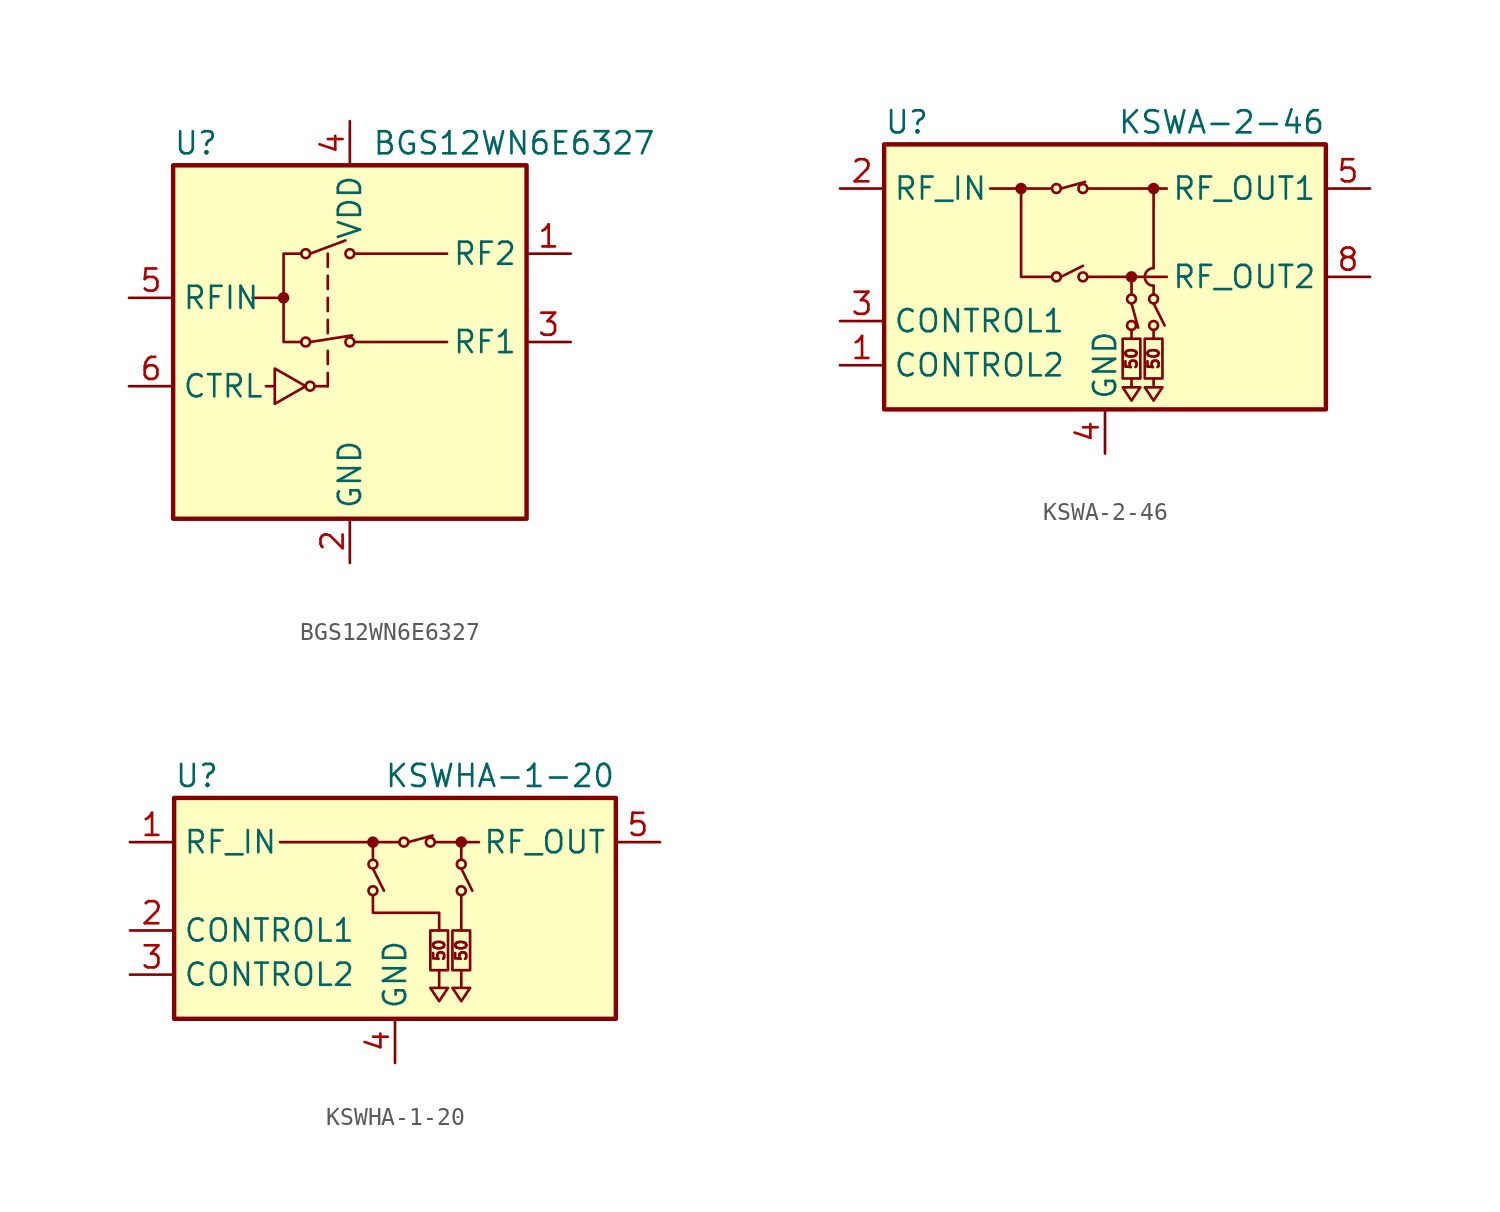
<source format=kicad_sym>
(kicad_symbol_lib
  (version 20231120)
  (generator "kicad_symbol_editor")
  (generator_version "8.0")
  (symbol "BGS12WN6E6327"
    (property "Reference" "U"
      (at -10.16 11.43 0)
      (effects (font (size 1.27 1.27)) (justify left)))
    (property "Value" "BGS12WN6E6327"
      (at 1.27 11.43 0)
      (effects (font (size 1.27 1.27)) (justify left)))
    (symbol "BGS12WN6E6327_0_0"
      (rectangle (start -10.16 10.16) (end 10.16 -10.16) (stroke (width 0.254) (type default)) (fill (type background)))
      (circle (center -3.81 2.54) (radius 0.254) (stroke (width 0) (type default)) (fill (type outline)))
      (circle (center -2.286 -2.54) (radius 0.254) (stroke (width 0) (type default)) (fill (type none)))
      (polyline (pts (xy -4.318 -2.54) (xy -4.826 -2.54)) (stroke (width 0) (type default)) (fill (type none)))
      (polyline (pts (xy -3.81 2.54) (xy -5.588 2.54)) (stroke (width 0) (type default)) (fill (type none)))
      (polyline (pts (xy -1.27 -2.54) (xy -2.032 -2.54)) (stroke (width 0) (type default)) (fill (type none)))
      (polyline (pts (xy -1.27 -2.54) (xy -1.27 -1.778)) (stroke (width 0) (type default)) (fill (type none)))
      (polyline (pts (xy -1.27 -1.27) (xy -1.27 -0.508)) (stroke (width 0) (type default)) (fill (type none)))
      (polyline (pts (xy -1.27 1.27) (xy -1.27 0.508)) (stroke (width 0) (type default)) (fill (type none)))
      (polyline (pts (xy -1.27 2.54) (xy -1.27 1.778)) (stroke (width 0) (type default)) (fill (type none)))
      (polyline (pts (xy -1.27 3.81) (xy -1.27 3.048)) (stroke (width 0) (type default)) (fill (type none)))
      (polyline (pts (xy -1.27 5.08) (xy -1.27 4.318)) (stroke (width 0) (type default)) (fill (type none)))
      (polyline (pts (xy 0.254 0) (xy 5.588 0)) (stroke (width 0) (type default)) (fill (type none)))
      (polyline (pts (xy 0.254 5.08) (xy 5.588 5.08)) (stroke (width 0) (type default)) (fill (type none)))
      (polyline (pts (xy -4.318 -1.524) (xy -4.318 -3.556) (xy -2.54 -2.54) (xy -4.318 -1.524)) (stroke (width 0) (type default)) (fill (type none)))
      (polyline (pts (xy -2.794 0) (xy -3.81 0) (xy -3.81 5.08) (xy -2.794 5.08)) (stroke (width 0) (type default)) (fill (type none))))
    (symbol "BGS12WN6E6327_0_1"
      (circle (center -2.54 0) (radius 0.254) (stroke (width 0) (type default)) (fill (type none)))
      (circle (center -2.54 5.08) (radius 0.254) (stroke (width 0) (type default)) (fill (type none)))
      (polyline (pts (xy -2.286 0) (xy 0.127 0.381)) (stroke (width 0) (type default)) (fill (type none)))
      (polyline (pts (xy -2.286 5.08) (xy -0.254 5.842)) (stroke (width 0) (type default)) (fill (type none)))
      (circle (center 0 0) (radius 0.254) (stroke (width 0) (type default)) (fill (type none)))
      (circle (center 0 5.08) (radius 0.254) (stroke (width 0) (type default)) (fill (type none))))
    (symbol "BGS12WN6E6327_1_1"
      (pin passive line (at 12.7 5.08 180) (length 2.54) (name "RF2" (effects (font (size 1.27 1.27)))) (number "1" (effects (font (size 1.27 1.27)))))
      (pin power_in line (at 0 -12.7 90) (length 2.54) (name "GND" (effects (font (size 1.27 1.27)))) (number "2" (effects (font (size 1.27 1.27)))))
      (pin passive line (at 12.7 0 180) (length 2.54) (name "RF1" (effects (font (size 1.27 1.27)))) (number "3" (effects (font (size 1.27 1.27)))))
      (pin power_in line (at 0 12.7 270) (length 2.54) (name "VDD" (effects (font (size 1.27 1.27)))) (number "4" (effects (font (size 1.27 1.27)))))
      (pin passive line (at -12.7 2.54 0) (length 2.54) (name "RFIN" (effects (font (size 1.27 1.27)))) (number "5" (effects (font (size 1.27 1.27)))))
      (pin input line (at -12.7 -2.54 0) (length 2.54) (name "CTRL" (effects (font (size 1.27 1.27)))) (number "6" (effects (font (size 1.27 1.27)))))))
  (symbol "KSWA-2-46"
    (property "Reference" "U"
      (at -12.7 8.89 0)
      (effects (font (size 1.27 1.27)) (justify left)))
    (property "Value" "KSWA-2-46"
      (at 12.7 8.89 0)
      (effects (font (size 1.27 1.27)) (justify right)))
    (symbol "KSWA-2-46_0_0"
      (text "50" (at 1.524 -4.699 900) (effects (font (size 0.635 0.635))))
      (text "50" (at 2.794 -4.699 900) (effects (font (size 0.635 0.635)))))
    (symbol "KSWA-2-46_0_1"
      (rectangle (start -12.7 7.62) (end 12.7 -7.62) (stroke (width 0.254) (type default)) (fill (type background)))
      (circle (center -4.826 5.08) (radius 0.254) (stroke (width 0) (type default)) (fill (type outline)))
      (circle (center -2.794 0) (radius 0.254) (stroke (width 0) (type default)) (fill (type none)))
      (circle (center -2.794 5.08) (radius 0.254) (stroke (width 0) (type default)) (fill (type none)))
      (circle (center -1.27 0) (radius 0.254) (stroke (width 0) (type default)) (fill (type none)))
      (circle (center -1.27 5.08) (radius 0.254) (stroke (width 0) (type default)) (fill (type none)))
      (polyline (pts (xy -3.048 5.08) (xy -6.604 5.08)) (stroke (width 0) (type default)) (fill (type none)))
      (polyline (pts (xy -2.54 0) (xy -1.27 0.635)) (stroke (width 0) (type default)) (fill (type none)))
      (polyline (pts (xy -2.54 5.08) (xy -1.143 5.461)) (stroke (width 0) (type default)) (fill (type none)))
      (polyline (pts (xy -1.016 0) (xy 3.556 0)) (stroke (width 0) (type default)) (fill (type none)))
      (polyline (pts (xy -1.016 5.08) (xy 3.556 5.08)) (stroke (width 0) (type default)) (fill (type none)))
      (polyline (pts (xy 1.524 -3.048) (xy 1.524 -3.556)) (stroke (width 0) (type default)) (fill (type none)))
      (polyline (pts (xy 1.524 -1.524) (xy 1.905 -2.921)) (stroke (width 0) (type default)) (fill (type none)))
      (polyline (pts (xy 1.524 -1.016) (xy 1.524 0)) (stroke (width 0) (type default)) (fill (type none)))
      (polyline (pts (xy 2.794 -3.048) (xy 2.794 -3.556)) (stroke (width 0) (type default)) (fill (type none)))
      (polyline (pts (xy 2.794 -1.524) (xy 3.429 -2.794)) (stroke (width 0) (type default)) (fill (type none)))
      (polyline (pts (xy 2.794 -0.508) (xy 2.794 -1.016)) (stroke (width 0) (type default)) (fill (type none)))
      (polyline (pts (xy 2.794 5.08) (xy 2.794 0.508)) (stroke (width 0) (type default)) (fill (type none)))
      (polyline (pts (xy -4.826 5.08) (xy -4.826 0) (xy -3.048 0)) (stroke (width 0) (type default)) (fill (type none)))
      (polyline (pts (xy 1.524 -5.842) (xy 1.524 -6.35) (xy 1.016 -6.35) (xy 1.524 -7.112) (xy 2.032 -6.35) (xy 1.524 -6.35)) (stroke (width 0) (type default)) (fill (type none)))
      (polyline (pts (xy 2.794 -5.842) (xy 2.794 -6.35) (xy 2.286 -6.35) (xy 2.794 -7.112) (xy 3.302 -6.35) (xy 2.794 -6.35)) (stroke (width 0) (type default)) (fill (type none)))
      (rectangle (start 1.016 -3.556) (end 2.032 -5.842) (stroke (width 0) (type default)) (fill (type none)))
      (circle (center 1.524 -2.794) (radius 0.254) (stroke (width 0) (type default)) (fill (type none)))
      (circle (center 1.524 -1.27) (radius 0.254) (stroke (width 0) (type default)) (fill (type none)))
      (circle (center 1.524 0) (radius 0.254) (stroke (width 0) (type default)) (fill (type outline)))
      (rectangle (start 2.286 -3.556) (end 3.302 -5.842) (stroke (width 0) (type default)) (fill (type none)))
      (circle (center 2.794 -2.794) (radius 0.254) (stroke (width 0) (type default)) (fill (type none)))
      (circle (center 2.794 -1.27) (radius 0.254) (stroke (width 0) (type default)) (fill (type none)))
      (arc (start 2.794 0.508) (mid 2.2882 0) (end 2.794 -0.508) (stroke (width 0) (type default)) (fill (type none)))
      (circle (center 2.794 5.08) (radius 0.254) (stroke (width 0) (type default)) (fill (type outline))))
    (symbol "KSWA-2-46_1_1"
      (pin input line (at -15.24 -5.08 0) (length 2.54) (name "CONTROL2" (effects (font (size 1.27 1.27)))) (number "1" (effects (font (size 1.27 1.27)))))
      (pin passive line (at -15.24 5.08 0) (length 2.54) (name "RF_IN" (effects (font (size 1.27 1.27)))) (number "2" (effects (font (size 1.27 1.27)))))
      (pin input line (at -15.24 -2.54 0) (length 2.54) (name "CONTROL1" (effects (font (size 1.27 1.27)))) (number "3" (effects (font (size 1.27 1.27)))))
      (pin power_in line (at 0 -10.16 90) (length 2.54) (name "GND" (effects (font (size 1.27 1.27)))) (number "4" (effects (font (size 1.27 1.27)))))
      (pin passive line (at 15.24 5.08 180) (length 2.54) (name "RF_OUT1" (effects (font (size 1.27 1.27)))) (number "5" (effects (font (size 1.27 1.27)))))
      (pin passive line (at 0 -10.16 90) (length 2.54) hide (name "GND" (effects (font (size 1.27 1.27)))) (number "6" (effects (font (size 1.27 1.27)))))
      (pin passive line (at 0 -10.16 90) (length 2.54) hide (name "GND" (effects (font (size 1.27 1.27)))) (number "7" (effects (font (size 1.27 1.27)))))
      (pin passive line (at 15.24 0 180) (length 2.54) (name "RF_OUT2" (effects (font (size 1.27 1.27)))) (number "8" (effects (font (size 1.27 1.27)))))))
  (symbol "KSWHA-1-20"
    (property "Reference" "U"
      (at -12.7 6.35 0)
      (effects (font (size 1.27 1.27)) (justify left)))
    (property "Value" "KSWHA-1-20"
      (at 12.7 6.35 0)
      (effects (font (size 1.27 1.27)) (justify right)))
    (symbol "KSWHA-1-20_0_1"
      (rectangle (start -12.7 5.08) (end 12.7 -7.62) (stroke (width 0.254) (type default)) (fill (type background)))
      (polyline (pts (xy -1.27 -0.508) (xy -1.27 -1.524) (xy 2.54 -1.524) (xy 2.54 -2.54)) (stroke (width 0) (type default)) (fill (type none))))
    (symbol "KSWHA-1-20_1_0"
      (text "50" (at 2.54 -3.683 900) (effects (font (size 0.635 0.635))))
      (text "50" (at 3.81 -3.683 900) (effects (font (size 0.635 0.635)))))
    (symbol "KSWHA-1-20_1_1"
      (circle (center -1.27 -0.254) (radius 0.254) (stroke (width 0) (type default)) (fill (type none)))
      (circle (center -1.27 1.27) (radius 0.254) (stroke (width 0) (type default)) (fill (type none)))
      (circle (center -1.27 2.54) (radius 0.254) (stroke (width 0) (type default)) (fill (type outline)))
      (polyline (pts (xy -6.604 2.54) (xy 0.254 2.54)) (stroke (width 0) (type default)) (fill (type none)))
      (polyline (pts (xy -1.27 1.016) (xy -0.635 -0.254)) (stroke (width 0) (type default)) (fill (type none)))
      (polyline (pts (xy -1.27 2.54) (xy -1.27 1.524)) (stroke (width 0) (type default)) (fill (type none)))
      (polyline (pts (xy 0.762 2.54) (xy 2.159 2.921)) (stroke (width 0) (type default)) (fill (type none)))
      (polyline (pts (xy 2.286 2.54) (xy 4.826 2.54)) (stroke (width 0) (type default)) (fill (type none)))
      (polyline (pts (xy 3.81 -0.508) (xy 3.81 -2.54)) (stroke (width 0) (type default)) (fill (type none)))
      (polyline (pts (xy 3.81 1.016) (xy 4.445 -0.254)) (stroke (width 0) (type default)) (fill (type none)))
      (polyline (pts (xy 3.81 2.54) (xy 3.81 1.524)) (stroke (width 0) (type default)) (fill (type none)))
      (polyline (pts (xy 2.54 -4.826) (xy 2.54 -5.842) (xy 2.032 -5.842) (xy 2.54 -6.604) (xy 3.048 -5.842) (xy 2.54 -5.842)) (stroke (width 0) (type default)) (fill (type none)))
      (polyline (pts (xy 3.81 -4.826) (xy 3.81 -5.842) (xy 3.302 -5.842) (xy 3.81 -6.604) (xy 4.318 -5.842) (xy 3.81 -5.842)) (stroke (width 0) (type default)) (fill (type none)))
      (circle (center 0.508 2.54) (radius 0.254) (stroke (width 0) (type default)) (fill (type none)))
      (rectangle (start 2.032 -2.54) (end 3.048 -4.826) (stroke (width 0) (type default)) (fill (type none)))
      (circle (center 2.032 2.54) (radius 0.254) (stroke (width 0) (type default)) (fill (type none)))
      (rectangle (start 3.302 -2.54) (end 4.318 -4.826) (stroke (width 0) (type default)) (fill (type none)))
      (circle (center 3.81 -0.254) (radius 0.254) (stroke (width 0) (type default)) (fill (type none)))
      (circle (center 3.81 1.27) (radius 0.254) (stroke (width 0) (type default)) (fill (type none)))
      (circle (center 3.81 2.54) (radius 0.254) (stroke (width 0) (type default)) (fill (type outline)))
      (pin passive line (at -15.24 2.54 0) (length 2.54) (name "RF_IN" (effects (font (size 1.27 1.27)))) (number "1" (effects (font (size 1.27 1.27)))))
      (pin input line (at -15.24 -2.54 0) (length 2.54) (name "CONTROL1" (effects (font (size 1.27 1.27)))) (number "2" (effects (font (size 1.27 1.27)))))
      (pin input line (at -15.24 -5.08 0) (length 2.54) (name "CONTROL2" (effects (font (size 1.27 1.27)))) (number "3" (effects (font (size 1.27 1.27)))))
      (pin power_in line (at 0 -10.16 90) (length 2.54) (name "GND" (effects (font (size 1.27 1.27)))) (number "4" (effects (font (size 1.27 1.27)))))
      (pin passive line (at 15.24 2.54 180) (length 2.54) (name "RF_OUT" (effects (font (size 1.27 1.27)))) (number "5" (effects (font (size 1.27 1.27)))))
      (pin passive line (at 0 -10.16 90) (length 2.54) hide (name "GND" (effects (font (size 1.27 1.27)))) (number "6" (effects (font (size 1.27 1.27)))))
      (pin passive line (at 0 -10.16 90) (length 2.54) hide (name "GND" (effects (font (size 1.27 1.27)))) (number "7" (effects (font (size 1.27 1.27)))))
      (pin passive line (at 0 -10.16 90) (length 2.54) hide (name "GND" (effects (font (size 1.27 1.27)))) (number "8" (effects (font (size 1.27 1.27))))))))
</source>
